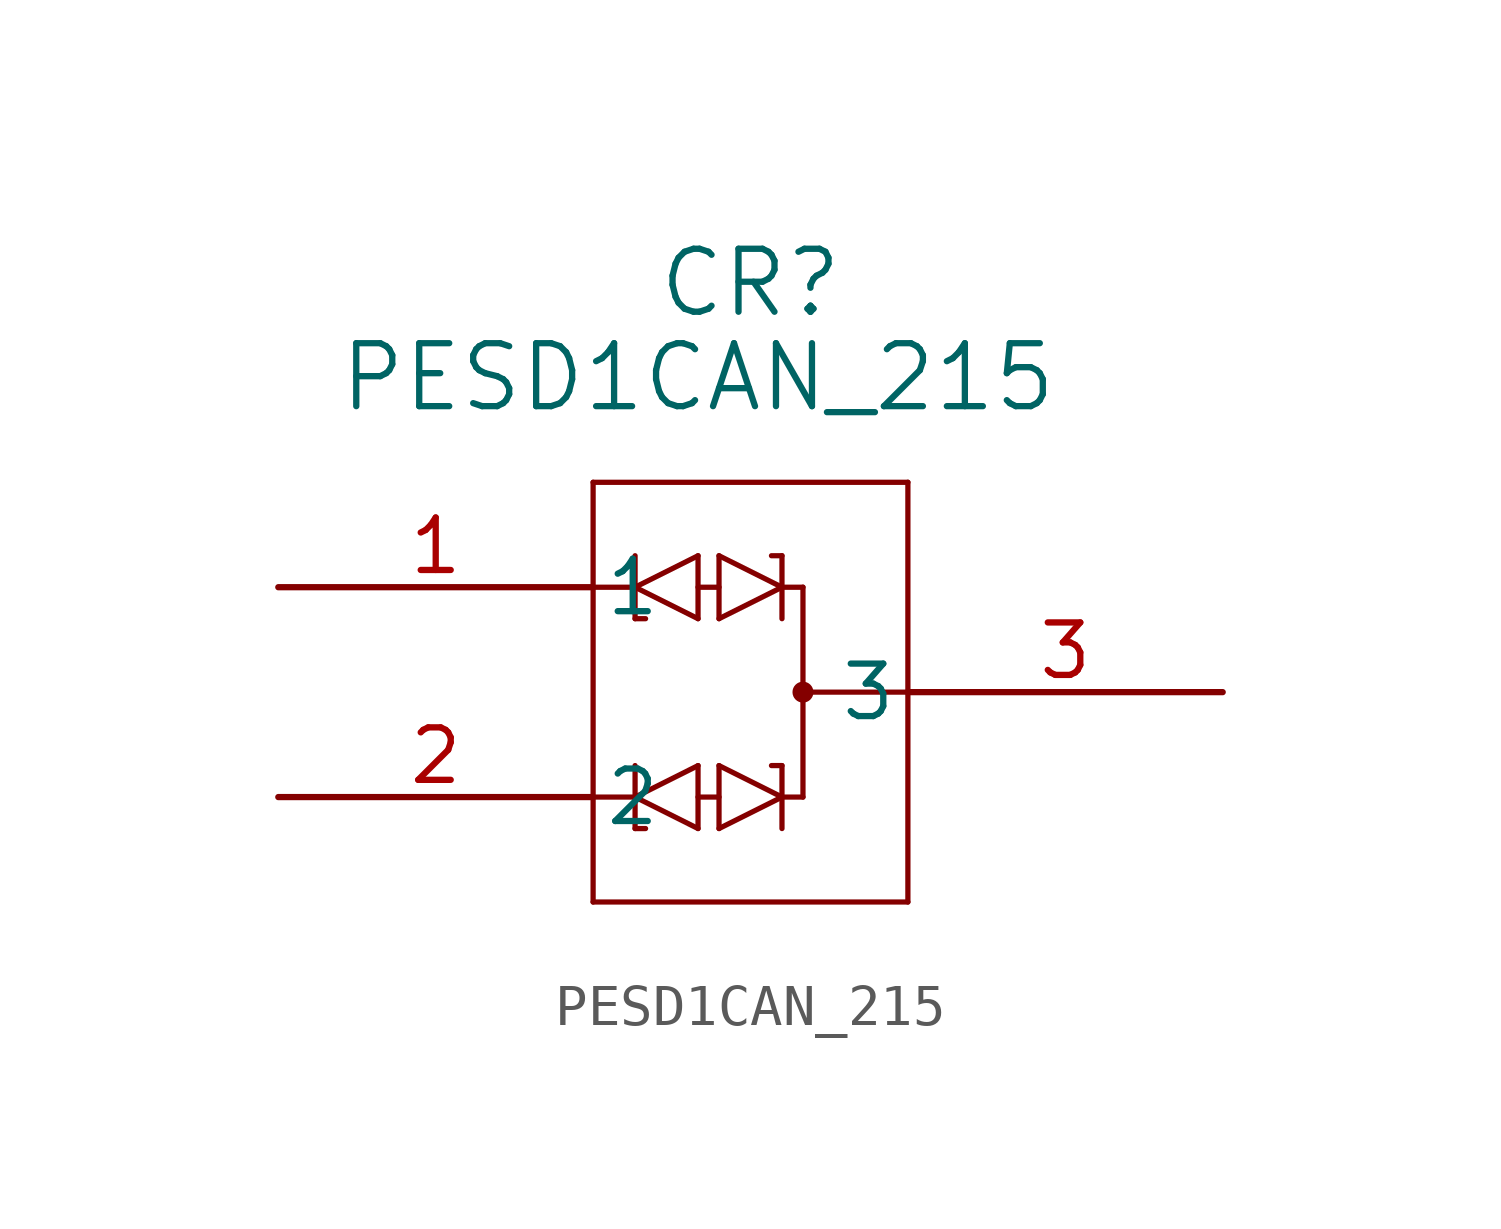
<source format=kicad_sym>
(kicad_symbol_lib
  (version 20211014)
  (generator kicad_symbol_editor)
  (symbol "PESD1CAN_215"
    (pin_names
      (offset 0.254))
    (property "Reference" "CR"
      (at 11.43 7.366 0)
      (effects (font (size 1.524 1.524))))
    (property "Value" "PESD1CAN_215"
      (at 10.16 5.08 0)
      (effects (font (size 1.524 1.524))))
    (polyline
      (pts (xy 7.62 2.54) (xy 7.62 -7.62))
      (stroke (width 0.127) (type default) (color 0 0 0 0))
      (fill (type none)))
    (polyline
      (pts (xy 7.62 -7.62) (xy 15.24 -7.62))
      (stroke (width 0.127) (type default) (color 0 0 0 0))
      (fill (type none)))
    (polyline
      (pts (xy 15.24 -7.62) (xy 15.24 2.54))
      (stroke (width 0.127) (type default) (color 0 0 0 0))
      (fill (type none)))
    (polyline
      (pts (xy 15.24 2.54) (xy 7.62 2.54))
      (stroke (width 0.127) (type default) (color 0 0 0 0))
      (fill (type none)))
    (polyline
      (pts (xy 7.62 0) (xy 8.636 0))
      (stroke (width 0.127) (type default) (color 0 0 0 0))
      (fill (type none)))
    (polyline
      (pts (xy 7.62 -5.08) (xy 8.636 -5.08))
      (stroke (width 0.127) (type default) (color 0 0 0 0))
      (fill (type none)))
    (polyline
      (pts (xy 10.668 0.762) (xy 10.668 -0.762))
      (stroke (width 0.127) (type default) (color 0 0 0 0))
      (fill (type none)))
    (polyline
      (pts (xy 10.668 -0.762) (xy 12.192 0))
      (stroke (width 0.127) (type default) (color 0 0 0 0))
      (fill (type none)))
    (polyline
      (pts (xy 12.192 0) (xy 10.668 0.762))
      (stroke (width 0.127) (type default) (color 0 0 0 0))
      (fill (type none)))
    (polyline
      (pts (xy 12.192 0.762) (xy 12.192 -0.762))
      (stroke (width 0.127) (type default) (color 0 0 0 0))
      (fill (type none)))
    (polyline
      (pts (xy 12.7 0) (xy 12.7 -5.08))
      (stroke (width 0.127) (type default) (color 0 0 0 0))
      (fill (type none)))
    (polyline
      (pts (xy 12.7 -2.54) (xy 15.24 -2.54))
      (stroke (width 0.127) (type default) (color 0 0 0 0))
      (fill (type none)))
    (circle
      (center 12.7 -2.54)
      (radius 0.127)
      (stroke (width 0.254) (type default) (color 0 0 0 0))
      (fill (type none)))
    (polyline
      (pts (xy 10.16 -0.762) (xy 10.16 0.762))
      (stroke (width 0.127) (type default) (color 0 0 0 0))
      (fill (type none)))
    (polyline
      (pts (xy 10.16 0.762) (xy 8.636 0))
      (stroke (width 0.127) (type default) (color 0 0 0 0))
      (fill (type none)))
    (polyline
      (pts (xy 8.636 0) (xy 10.16 -0.762))
      (stroke (width 0.127) (type default) (color 0 0 0 0))
      (fill (type none)))
    (polyline
      (pts (xy 8.636 -0.762) (xy 8.636 0.762))
      (stroke (width 0.127) (type default) (color 0 0 0 0))
      (fill (type none)))
    (polyline
      (pts (xy 8.636 -0.762) (xy 8.89 -0.762))
      (stroke (width 0.127) (type default) (color 0 0 0 0))
      (fill (type none)))
    (polyline
      (pts (xy 12.192 0.762) (xy 11.938 0.762))
      (stroke (width 0.127) (type default) (color 0 0 0 0))
      (fill (type none)))
    (polyline
      (pts (xy 10.668 -4.318) (xy 10.668 -5.842))
      (stroke (width 0.127) (type default) (color 0 0 0 0))
      (fill (type none)))
    (polyline
      (pts (xy 10.668 -5.842) (xy 12.192 -5.08))
      (stroke (width 0.127) (type default) (color 0 0 0 0))
      (fill (type none)))
    (polyline
      (pts (xy 12.192 -5.08) (xy 10.668 -4.318))
      (stroke (width 0.127) (type default) (color 0 0 0 0))
      (fill (type none)))
    (polyline
      (pts (xy 12.192 -4.318) (xy 12.192 -5.842))
      (stroke (width 0.127) (type default) (color 0 0 0 0))
      (fill (type none)))
    (polyline
      (pts (xy 10.16 -5.842) (xy 10.16 -4.318))
      (stroke (width 0.127) (type default) (color 0 0 0 0))
      (fill (type none)))
    (polyline
      (pts (xy 10.16 -4.318) (xy 8.636 -5.08))
      (stroke (width 0.127) (type default) (color 0 0 0 0))
      (fill (type none)))
    (polyline
      (pts (xy 8.636 -5.08) (xy 10.16 -5.842))
      (stroke (width 0.127) (type default) (color 0 0 0 0))
      (fill (type none)))
    (polyline
      (pts (xy 8.636 -5.842) (xy 8.636 -4.318))
      (stroke (width 0.127) (type default) (color 0 0 0 0))
      (fill (type none)))
    (polyline
      (pts (xy 8.636 -5.842) (xy 8.89 -5.842))
      (stroke (width 0.127) (type default) (color 0 0 0 0))
      (fill (type none)))
    (polyline
      (pts (xy 12.192 -4.318) (xy 11.938 -4.318))
      (stroke (width 0.127) (type default) (color 0 0 0 0))
      (fill (type none)))
    (polyline
      (pts (xy 10.16 0) (xy 10.668 0))
      (stroke (width 0.127) (type default) (color 0 0 0 0))
      (fill (type none)))
    (polyline
      (pts (xy 12.192 0) (xy 12.7 0))
      (stroke (width 0.127) (type default) (color 0 0 0 0))
      (fill (type none)))
    (polyline
      (pts (xy 10.16 -5.08) (xy 10.668 -5.08))
      (stroke (width 0.127) (type default) (color 0 0 0 0))
      (fill (type none)))
    (polyline
      (pts (xy 12.192 -5.08) (xy 12.7 -5.08))
      (stroke (width 0.127) (type default) (color 0 0 0 0))
      (fill (type none)))
    (pin unspecified line
      (at 0 0 0)
      (length 7.62)
      (name "1" (effects (font (size 1.27 1.27))))
      (number "1" (effects (font (size 1.27 1.27)))))
    (pin unspecified line
      (at 0 -5.08 0)
      (length 7.62)
      (name "2" (effects (font (size 1.27 1.27))))
      (number "2" (effects (font (size 1.27 1.27)))))
    (pin unspecified line
      (at 22.86 -2.54 180)
      (length 7.62)
      (name "3" (effects (font (size 1.27 1.27))))
      (number "3" (effects (font (size 1.27 1.27)))))))
</source>
